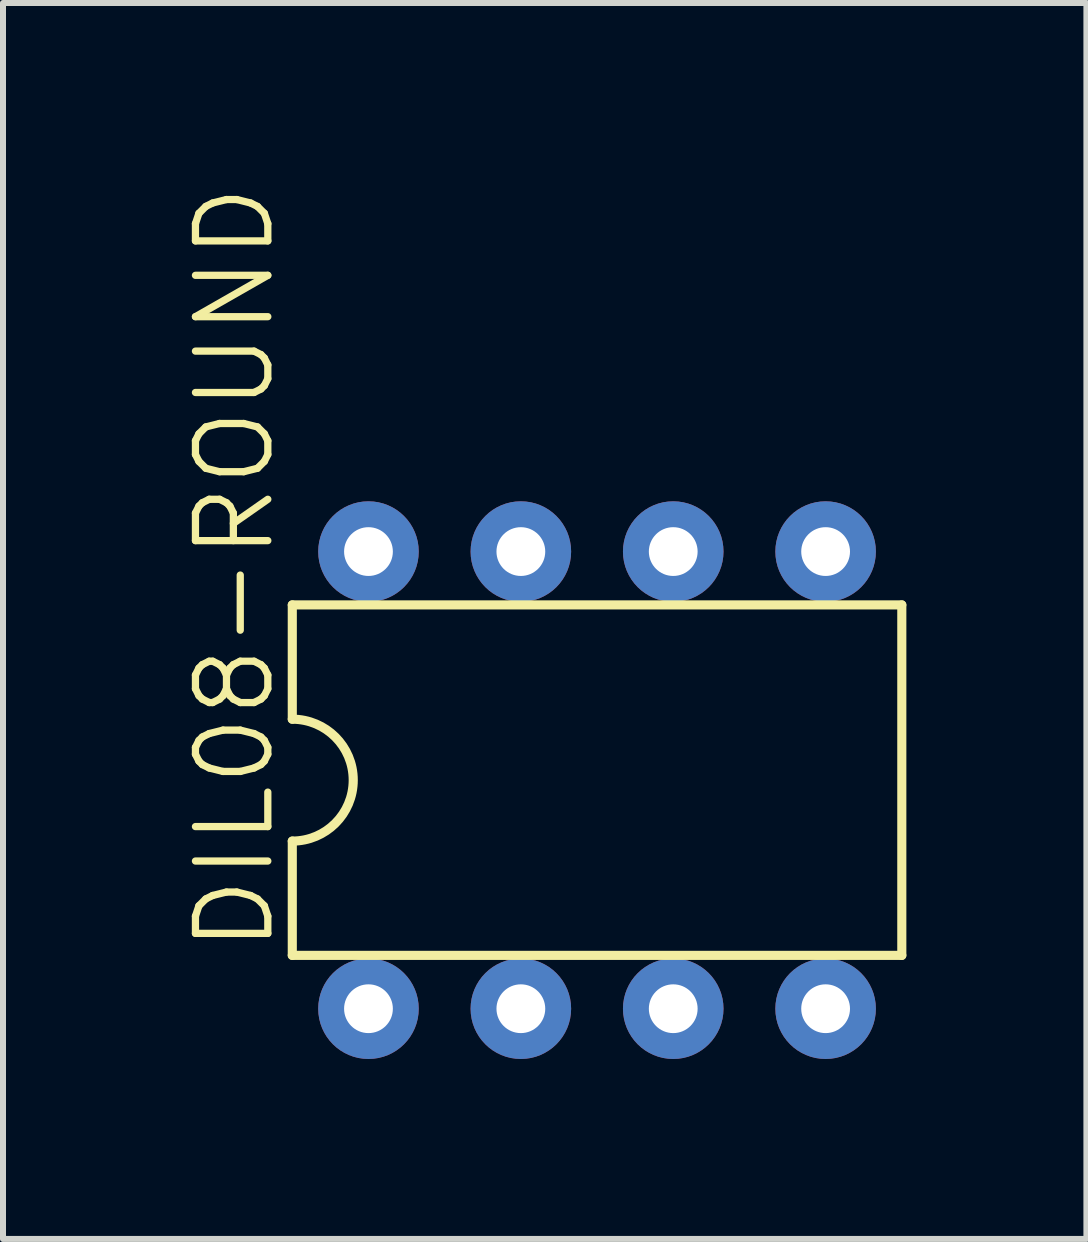
<source format=kicad_pcb>
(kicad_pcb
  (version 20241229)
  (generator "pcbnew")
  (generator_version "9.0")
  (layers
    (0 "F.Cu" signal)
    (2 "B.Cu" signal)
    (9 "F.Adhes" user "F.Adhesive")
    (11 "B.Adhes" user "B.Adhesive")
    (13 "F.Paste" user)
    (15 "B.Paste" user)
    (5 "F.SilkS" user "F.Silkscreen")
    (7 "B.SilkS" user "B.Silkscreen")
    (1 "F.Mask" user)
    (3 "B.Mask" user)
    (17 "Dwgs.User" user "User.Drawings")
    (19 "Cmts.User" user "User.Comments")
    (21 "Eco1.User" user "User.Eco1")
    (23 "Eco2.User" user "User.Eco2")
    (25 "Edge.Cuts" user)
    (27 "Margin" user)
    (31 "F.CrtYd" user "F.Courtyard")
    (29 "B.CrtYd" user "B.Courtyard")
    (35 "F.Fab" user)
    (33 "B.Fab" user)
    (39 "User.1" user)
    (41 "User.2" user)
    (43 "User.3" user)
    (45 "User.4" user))
  (footprint "DIL08-ROUND"
    (layer "F.Cu")
    (at 6.902 9.954)
    (property "Reference" "DIL08-ROUND" (at -5.334 2.921 90) (layer "F.SilkS") (effects (font (size 1.206 1.206) (thickness 0.121)) (justify left bottom)))
    (attr through_hole)
    (fp_line (start -5.08 -2.921) (end -5.08 -1.016) (stroke (width 0.152) (type solid)) (layer "F.SilkS"))
    (fp_line (start -5.08 2.921) (end -5.08 1.016) (stroke (width 0.152) (type solid)) (layer "F.SilkS"))
    (fp_line (start -5.08 2.921) (end 5.08 2.921) (stroke (width 0.152) (type solid)) (layer "F.SilkS"))
    (fp_line (start 5.08 -2.921) (end -5.08 -2.921) (stroke (width 0.152) (type solid)) (layer "F.SilkS"))
    (fp_line (start 5.08 -2.921) (end 5.08 2.921) (stroke (width 0.152) (type solid)) (layer "F.SilkS"))
    (fp_arc (start -5.08 -1.016) (mid -4.064 0) (end -5.08 1.016) (stroke (width 0.1524) (type solid)) (layer "F.SilkS"))
    (pad "1" thru_hole circle (at -3.81 3.81 90) (size 1.676 1.676) (drill 0.813) (layers "*.Cu" "*.Mask"))
    (pad "2" thru_hole circle (at -1.27 3.81 90) (size 1.676 1.676) (drill 0.813) (layers "*.Cu" "*.Mask"))
    (pad "3" thru_hole circle (at 1.27 3.81 90) (size 1.676 1.676) (drill 0.813) (layers "*.Cu" "*.Mask"))
    (pad "4" thru_hole circle (at 3.81 3.81 90) (size 1.676 1.676) (drill 0.813) (layers "*.Cu" "*.Mask"))
    (pad "5" thru_hole circle (at 3.81 -3.81 90) (size 1.676 1.676) (drill 0.813) (layers "*.Cu" "*.Mask"))
    (pad "6" thru_hole circle (at 1.27 -3.81 90) (size 1.676 1.676) (drill 0.813) (layers "*.Cu" "*.Mask"))
    (pad "7" thru_hole circle (at -1.27 -3.81 90) (size 1.676 1.676) (drill 0.813) (layers "*.Cu" "*.Mask"))
    (pad "8" thru_hole circle (at -3.81 -3.81 90) (size 1.676 1.676) (drill 0.813) (layers "*.Cu" "*.Mask")))
  (gr_rect
    (start -3 -3)
    (end 15.059 17.602)
    (stroke (width 0.1) (type default))
    (fill no)
    (layer "Edge.Cuts")))
</source>
